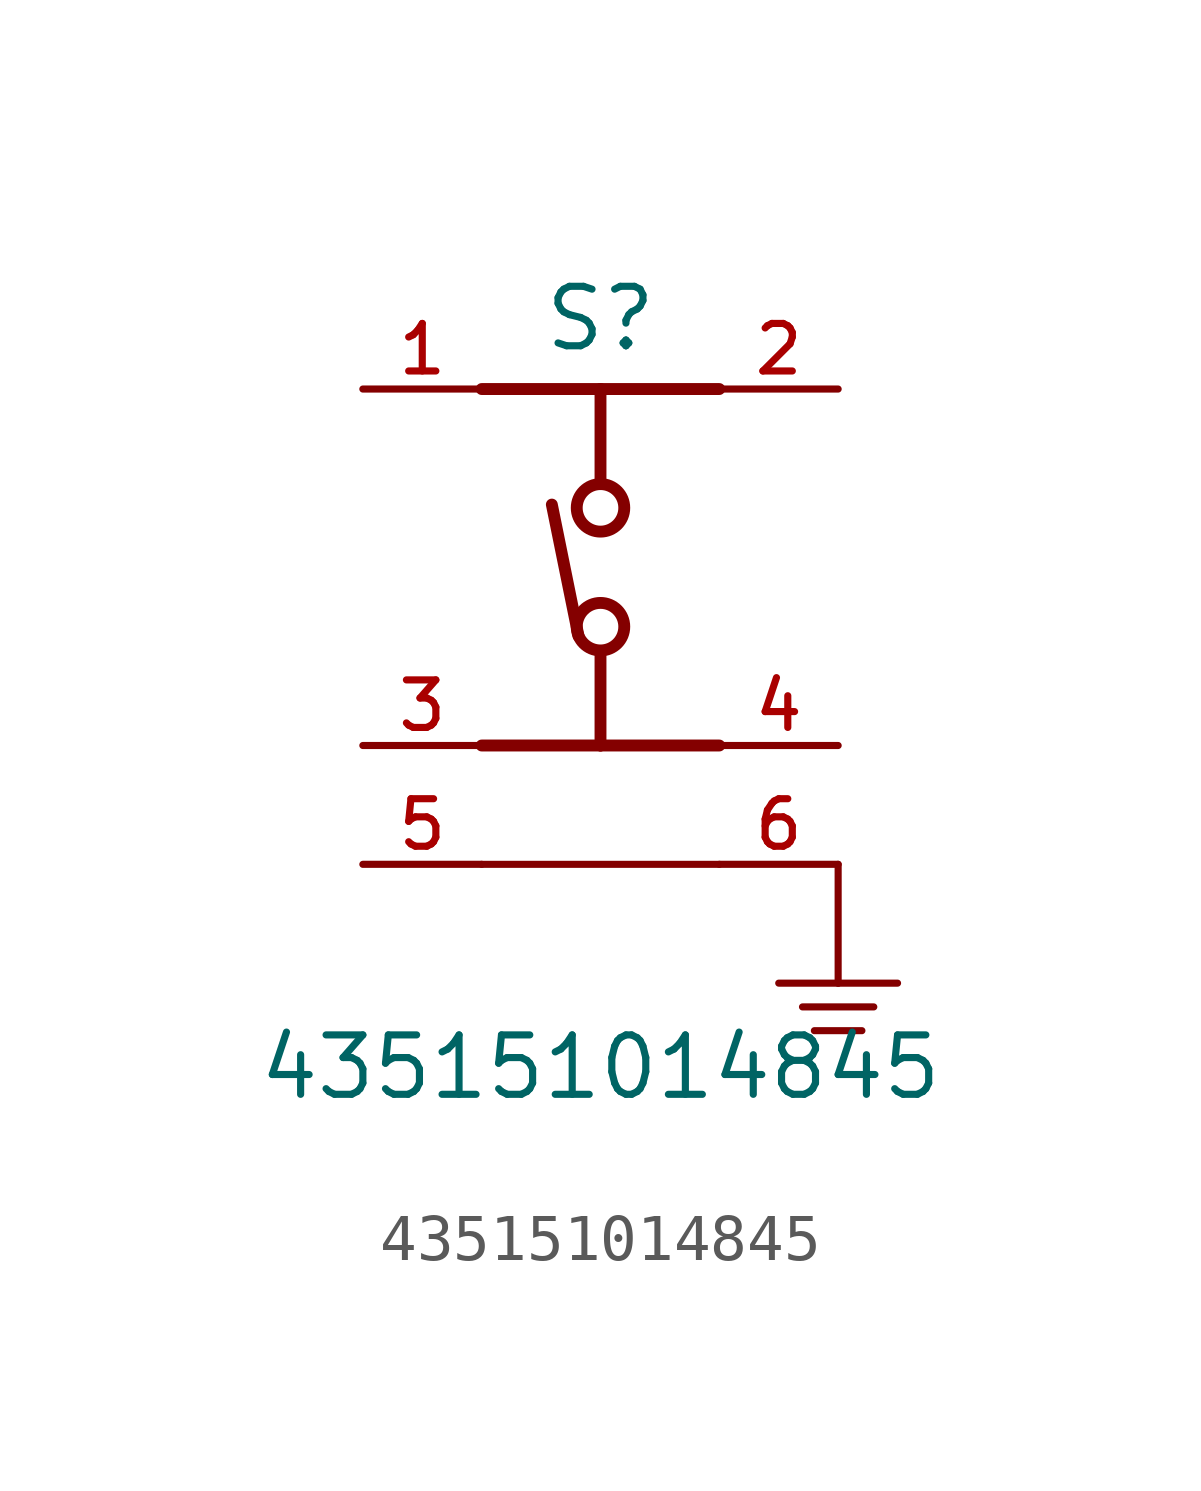
<source format=kicad_sym>
(kicad_symbol_lib
  (version 20211014)
  (generator kicad_symbol_editor)
  (symbol "435151014845"
    (pin_names
      (offset 1.016))
    (property "Reference" "S"
      (at 0.0 3.302 0)
      (effects (font (size 1.27 1.27)) (justify bottom)))
    (property "Value" "435151014845"
      (at 0.0 -12.7 0)
      (effects (font (size 1.27 1.27)) (justify bottom)))
    (symbol "435151014845_0_0"
      (polyline (pts (xy 0.0 2.54) (xy 0.0 0.635)) (stroke (width 0.254)))
      (polyline (pts (xy 0.0 -3.175) (xy 0.0 -5.08)) (stroke (width 0.254)))
      (polyline (pts (xy -2.54 -7.62) (xy 2.54 -7.62)) (stroke (width 0.152)))
      (polyline (pts (xy 3.81 -10.16) (xy 5.08 -10.16)) (stroke (width 0.152)))
      (polyline (pts (xy 5.08 -10.16) (xy 6.35 -10.16)) (stroke (width 0.152)))
      (polyline (pts (xy 4.318 -10.668) (xy 5.842 -10.668)) (stroke (width 0.152)))
      (polyline (pts (xy 4.572 -11.176) (xy 5.588 -11.176)) (stroke (width 0.152)))
      (polyline (pts (xy -2.54 2.54) (xy 0.0 2.54)) (stroke (width 0.254)))
      (polyline (pts (xy 0.0 2.54) (xy 2.54 2.54)) (stroke (width 0.254)))
      (polyline (pts (xy -2.54 -5.08) (xy 0.0 -5.08)) (stroke (width 0.254)))
      (polyline (pts (xy 0.0 -5.08) (xy 2.54 -5.08)) (stroke (width 0.254)))
      (polyline (pts (xy -0.47 -2.74) (xy -1.04 0.07)) (stroke (width 0.254)))
      (polyline (pts (xy 5.08 -7.62) (xy 5.08 -10.16)) (stroke (width 0.152)))
      (circle (center 0.0 -2.54) (radius 0.508) (stroke (width 0.254)) (fill (type none)))
      (circle (center 0.0 0.0) (radius 0.508) (stroke (width 0.254)) (fill (type none)))
      (pin passive line (at -5.08 2.54 0) (length 2.54) (name "~" (effects (font (size 1.016 1.016)))) (number "1" (effects (font (size 1.016 1.016)))))
      (pin passive line (at -5.08 -5.08 0) (length 2.54) (name "~" (effects (font (size 1.016 1.016)))) (number "3" (effects (font (size 1.016 1.016)))))
      (pin passive line (at 5.08 2.54 180.0) (length 2.54) (name "~" (effects (font (size 1.016 1.016)))) (number "2" (effects (font (size 1.016 1.016)))))
      (pin passive line (at 5.08 -5.08 180.0) (length 2.54) (name "~" (effects (font (size 1.016 1.016)))) (number "4" (effects (font (size 1.016 1.016)))))
      (pin passive line (at 5.08 -7.62 180.0) (length 2.54) (name "~" (effects (font (size 1.016 1.016)))) (number "6" (effects (font (size 1.016 1.016)))))
      (pin passive line (at -5.08 -7.62 0) (length 2.54) (name "~" (effects (font (size 1.016 1.016)))) (number "5" (effects (font (size 1.016 1.016))))))))
</source>
